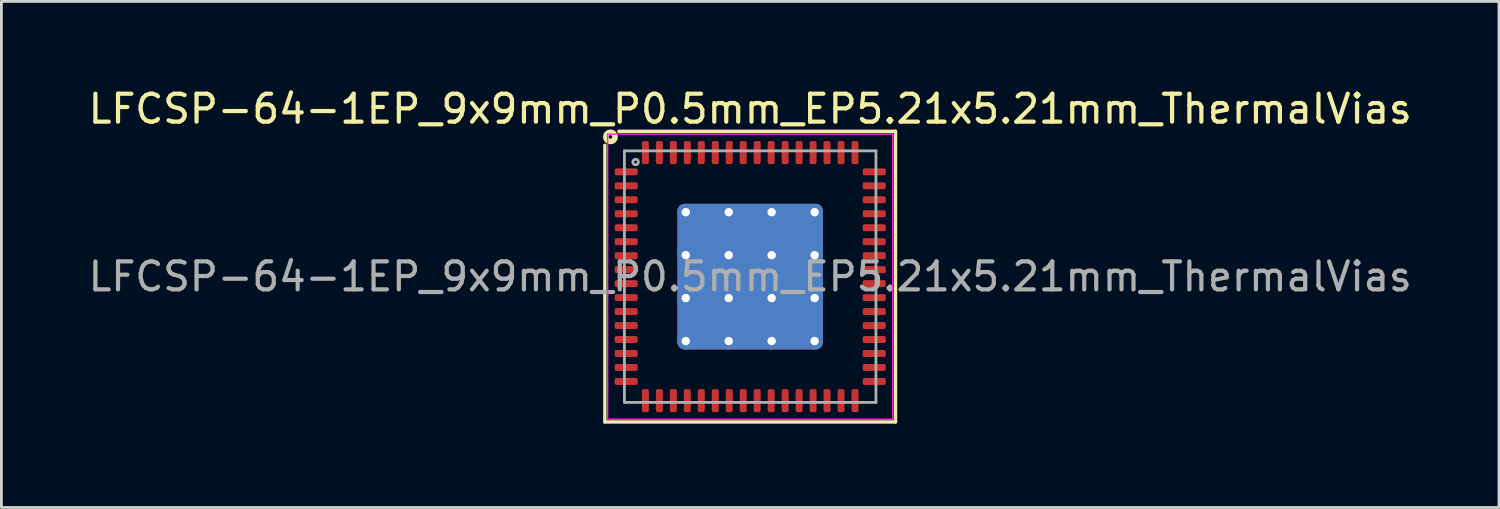
<source format=kicad_pcb>
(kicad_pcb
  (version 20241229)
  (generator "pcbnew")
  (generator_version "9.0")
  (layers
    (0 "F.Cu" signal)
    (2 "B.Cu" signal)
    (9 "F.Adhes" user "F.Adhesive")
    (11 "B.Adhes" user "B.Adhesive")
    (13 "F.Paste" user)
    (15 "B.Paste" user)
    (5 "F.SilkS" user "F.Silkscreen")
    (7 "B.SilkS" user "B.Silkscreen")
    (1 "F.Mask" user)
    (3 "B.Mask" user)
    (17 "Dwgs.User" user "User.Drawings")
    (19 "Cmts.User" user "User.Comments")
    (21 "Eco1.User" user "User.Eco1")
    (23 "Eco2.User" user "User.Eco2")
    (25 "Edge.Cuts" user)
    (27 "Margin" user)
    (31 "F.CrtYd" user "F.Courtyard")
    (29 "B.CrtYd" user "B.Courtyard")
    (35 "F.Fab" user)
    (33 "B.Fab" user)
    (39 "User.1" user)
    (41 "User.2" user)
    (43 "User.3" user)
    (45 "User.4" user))
  (footprint "LFCSP-64-1EP_9x9mm_P0.5mm_EP5.21x5.21mm_ThermalVias"
    (layer "F.Cu")
    (at 23.792 6.848)
    (property "Reference" "LFCSP-64-1EP_9x9mm_P0.5mm_EP5.21x5.21mm_ThermalVias" (at 0 -6 0) (layer "F.SilkS") (effects (font (size 1 1) (thickness 0.15))))
    (attr smd)
    (fp_line (start -5.2 5.2) (end -5.2 -4.7) (stroke (width 0.12) (type solid)) (layer "F.SilkS"))
    (fp_line (start 5.2 -5.2) (end -4.7 -5.2) (stroke (width 0.12) (type solid)) (layer "F.SilkS"))
    (fp_line (start 5.2 -5.2) (end 5.2 5.2) (stroke (width 0.12) (type solid)) (layer "F.SilkS"))
    (fp_line (start 5.2 5.2) (end -5.2 5.2) (stroke (width 0.12) (type solid)) (layer "F.SilkS"))
    (fp_circle (center -5 -5) (end -4.936 -5) (stroke (width 0.2) (type solid)) (fill no) (layer "F.SilkS"))
    (fp_line (start -5.1 -5.1) (end -5.1 5.1) (stroke (width 0.05) (type solid)) (layer "F.CrtYd"))
    (fp_line (start -5.1 5.1) (end 5.1 5.1) (stroke (width 0.05) (type solid)) (layer "F.CrtYd"))
    (fp_line (start 5.1 -5.1) (end -5.1 -5.1) (stroke (width 0.05) (type solid)) (layer "F.CrtYd"))
    (fp_line (start 5.1 5.1) (end 5.1 -5.1) (stroke (width 0.05) (type solid)) (layer "F.CrtYd"))
    (fp_line (start -4.5 -4.5) (end 4.5 -4.5) (stroke (width 0.1) (type solid)) (layer "F.Fab"))
    (fp_line (start -4.5 4.5) (end -4.5 -4.5) (stroke (width 0.1) (type solid)) (layer "F.Fab"))
    (fp_line (start 4.5 -4.5) (end 4.5 4.5) (stroke (width 0.1) (type solid)) (layer "F.Fab"))
    (fp_line (start 4.5 4.5) (end -4.5 4.5) (stroke (width 0.1) (type solid)) (layer "F.Fab"))
    (fp_circle (center -4.1 -4.1) (end -4 -4.1) (stroke (width 0.1) (type solid)) (fill no) (layer "F.Fab"))
    (fp_text user "${REFERENCE}" (at 0 0 0) (layer "F.Fab") (effects (font (size 1 1) (thickness 0.15))))
    (pad "" smd roundrect (at -1.3 -1.3) (size 2.26 2.26) (layers "F.Paste") (roundrect_rratio 0.111))
    (pad "" smd roundrect (at -1.3 1.3) (size 2.26 2.26) (layers "F.Paste") (roundrect_rratio 0.111))
    (pad "" smd roundrect (at 1.3 -1.3) (size 2.26 2.26) (layers "F.Paste") (roundrect_rratio 0.111))
    (pad "" smd roundrect (at 1.3 1.3) (size 2.26 2.26) (layers "F.Paste") (roundrect_rratio 0.111))
    (pad "1" smd roundrect (at -4.438 -3.75) (size 0.825 0.25) (layers "F.Cu" "F.Mask" "F.Paste") (roundrect_rratio 0.25))
    (pad "2" smd roundrect (at -4.438 -3.25) (size 0.825 0.25) (layers "F.Cu" "F.Mask" "F.Paste") (roundrect_rratio 0.25))
    (pad "3" smd roundrect (at -4.438 -2.75) (size 0.825 0.25) (layers "F.Cu" "F.Mask" "F.Paste") (roundrect_rratio 0.25))
    (pad "4" smd roundrect (at -4.438 -2.25) (size 0.825 0.25) (layers "F.Cu" "F.Mask" "F.Paste") (roundrect_rratio 0.25))
    (pad "5" smd roundrect (at -4.438 -1.75) (size 0.825 0.25) (layers "F.Cu" "F.Mask" "F.Paste") (roundrect_rratio 0.25))
    (pad "6" smd roundrect (at -4.438 -1.25) (size 0.825 0.25) (layers "F.Cu" "F.Mask" "F.Paste") (roundrect_rratio 0.25))
    (pad "7" smd roundrect (at -4.438 -0.75) (size 0.825 0.25) (layers "F.Cu" "F.Mask" "F.Paste") (roundrect_rratio 0.25))
    (pad "8" smd roundrect (at -4.438 -0.25) (size 0.825 0.25) (layers "F.Cu" "F.Mask" "F.Paste") (roundrect_rratio 0.25))
    (pad "9" smd roundrect (at -4.438 0.25) (size 0.825 0.25) (layers "F.Cu" "F.Mask" "F.Paste") (roundrect_rratio 0.25))
    (pad "10" smd roundrect (at -4.438 0.75) (size 0.825 0.25) (layers "F.Cu" "F.Mask" "F.Paste") (roundrect_rratio 0.25))
    (pad "11" smd roundrect (at -4.438 1.25) (size 0.825 0.25) (layers "F.Cu" "F.Mask" "F.Paste") (roundrect_rratio 0.25))
    (pad "12" smd roundrect (at -4.438 1.75) (size 0.825 0.25) (layers "F.Cu" "F.Mask" "F.Paste") (roundrect_rratio 0.25))
    (pad "13" smd roundrect (at -4.438 2.25) (size 0.825 0.25) (layers "F.Cu" "F.Mask" "F.Paste") (roundrect_rratio 0.25))
    (pad "14" smd roundrect (at -4.438 2.75) (size 0.825 0.25) (layers "F.Cu" "F.Mask" "F.Paste") (roundrect_rratio 0.25))
    (pad "15" smd roundrect (at -4.438 3.25) (size 0.825 0.25) (layers "F.Cu" "F.Mask" "F.Paste") (roundrect_rratio 0.25))
    (pad "16" smd roundrect (at -4.438 3.75) (size 0.825 0.25) (layers "F.Cu" "F.Mask" "F.Paste") (roundrect_rratio 0.25))
    (pad "17" smd roundrect (at -3.75 4.438) (size 0.25 0.825) (layers "F.Cu" "F.Mask" "F.Paste") (roundrect_rratio 0.25))
    (pad "18" smd roundrect (at -3.25 4.438) (size 0.25 0.825) (layers "F.Cu" "F.Mask" "F.Paste") (roundrect_rratio 0.25))
    (pad "19" smd roundrect (at -2.75 4.438) (size 0.25 0.825) (layers "F.Cu" "F.Mask" "F.Paste") (roundrect_rratio 0.25))
    (pad "20" smd roundrect (at -2.25 4.438) (size 0.25 0.825) (layers "F.Cu" "F.Mask" "F.Paste") (roundrect_rratio 0.25))
    (pad "21" smd roundrect (at -1.75 4.438) (size 0.25 0.825) (layers "F.Cu" "F.Mask" "F.Paste") (roundrect_rratio 0.25))
    (pad "22" smd roundrect (at -1.25 4.438) (size 0.25 0.825) (layers "F.Cu" "F.Mask" "F.Paste") (roundrect_rratio 0.25))
    (pad "23" smd roundrect (at -0.75 4.438) (size 0.25 0.825) (layers "F.Cu" "F.Mask" "F.Paste") (roundrect_rratio 0.25))
    (pad "24" smd roundrect (at -0.25 4.438) (size 0.25 0.825) (layers "F.Cu" "F.Mask" "F.Paste") (roundrect_rratio 0.25))
    (pad "25" smd roundrect (at 0.25 4.438) (size 0.25 0.825) (layers "F.Cu" "F.Mask" "F.Paste") (roundrect_rratio 0.25))
    (pad "26" smd roundrect (at 0.75 4.438) (size 0.25 0.825) (layers "F.Cu" "F.Mask" "F.Paste") (roundrect_rratio 0.25))
    (pad "27" smd roundrect (at 1.25 4.438) (size 0.25 0.825) (layers "F.Cu" "F.Mask" "F.Paste") (roundrect_rratio 0.25))
    (pad "28" smd roundrect (at 1.75 4.438) (size 0.25 0.825) (layers "F.Cu" "F.Mask" "F.Paste") (roundrect_rratio 0.25))
    (pad "29" smd roundrect (at 2.25 4.438) (size 0.25 0.825) (layers "F.Cu" "F.Mask" "F.Paste") (roundrect_rratio 0.25))
    (pad "30" smd roundrect (at 2.75 4.438) (size 0.25 0.825) (layers "F.Cu" "F.Mask" "F.Paste") (roundrect_rratio 0.25))
    (pad "31" smd roundrect (at 3.25 4.438) (size 0.25 0.825) (layers "F.Cu" "F.Mask" "F.Paste") (roundrect_rratio 0.25))
    (pad "32" smd roundrect (at 3.75 4.438) (size 0.25 0.825) (layers "F.Cu" "F.Mask" "F.Paste") (roundrect_rratio 0.25))
    (pad "33" smd roundrect (at 4.438 3.75) (size 0.825 0.25) (layers "F.Cu" "F.Mask" "F.Paste") (roundrect_rratio 0.25))
    (pad "34" smd roundrect (at 4.438 3.25) (size 0.825 0.25) (layers "F.Cu" "F.Mask" "F.Paste") (roundrect_rratio 0.25))
    (pad "35" smd roundrect (at 4.438 2.75) (size 0.825 0.25) (layers "F.Cu" "F.Mask" "F.Paste") (roundrect_rratio 0.25))
    (pad "36" smd roundrect (at 4.438 2.25) (size 0.825 0.25) (layers "F.Cu" "F.Mask" "F.Paste") (roundrect_rratio 0.25))
    (pad "37" smd roundrect (at 4.438 1.75) (size 0.825 0.25) (layers "F.Cu" "F.Mask" "F.Paste") (roundrect_rratio 0.25))
    (pad "38" smd roundrect (at 4.438 1.25) (size 0.825 0.25) (layers "F.Cu" "F.Mask" "F.Paste") (roundrect_rratio 0.25))
    (pad "39" smd roundrect (at 4.438 0.75) (size 0.825 0.25) (layers "F.Cu" "F.Mask" "F.Paste") (roundrect_rratio 0.25))
    (pad "40" smd roundrect (at 4.438 0.25) (size 0.825 0.25) (layers "F.Cu" "F.Mask" "F.Paste") (roundrect_rratio 0.25))
    (pad "41" smd roundrect (at 4.438 -0.25) (size 0.825 0.25) (layers "F.Cu" "F.Mask" "F.Paste") (roundrect_rratio 0.25))
    (pad "42" smd roundrect (at 4.438 -0.75) (size 0.825 0.25) (layers "F.Cu" "F.Mask" "F.Paste") (roundrect_rratio 0.25))
    (pad "43" smd roundrect (at 4.438 -1.25) (size 0.825 0.25) (layers "F.Cu" "F.Mask" "F.Paste") (roundrect_rratio 0.25))
    (pad "44" smd roundrect (at 4.438 -1.75) (size 0.825 0.25) (layers "F.Cu" "F.Mask" "F.Paste") (roundrect_rratio 0.25))
    (pad "45" smd roundrect (at 4.438 -2.25) (size 0.825 0.25) (layers "F.Cu" "F.Mask" "F.Paste") (roundrect_rratio 0.25))
    (pad "46" smd roundrect (at 4.438 -2.75) (size 0.825 0.25) (layers "F.Cu" "F.Mask" "F.Paste") (roundrect_rratio 0.25))
    (pad "47" smd roundrect (at 4.438 -3.25) (size 0.825 0.25) (layers "F.Cu" "F.Mask" "F.Paste") (roundrect_rratio 0.25))
    (pad "48" smd roundrect (at 4.438 -3.75) (size 0.825 0.25) (layers "F.Cu" "F.Mask" "F.Paste") (roundrect_rratio 0.25))
    (pad "49" smd roundrect (at 3.75 -4.438) (size 0.25 0.825) (layers "F.Cu" "F.Mask" "F.Paste") (roundrect_rratio 0.25))
    (pad "50" smd roundrect (at 3.25 -4.438) (size 0.25 0.825) (layers "F.Cu" "F.Mask" "F.Paste") (roundrect_rratio 0.25))
    (pad "51" smd roundrect (at 2.75 -4.438) (size 0.25 0.825) (layers "F.Cu" "F.Mask" "F.Paste") (roundrect_rratio 0.25))
    (pad "52" smd roundrect (at 2.25 -4.438) (size 0.25 0.825) (layers "F.Cu" "F.Mask" "F.Paste") (roundrect_rratio 0.25))
    (pad "53" smd roundrect (at 1.75 -4.438) (size 0.25 0.825) (layers "F.Cu" "F.Mask" "F.Paste") (roundrect_rratio 0.25))
    (pad "54" smd roundrect (at 1.25 -4.438) (size 0.25 0.825) (layers "F.Cu" "F.Mask" "F.Paste") (roundrect_rratio 0.25))
    (pad "55" smd roundrect (at 0.75 -4.438) (size 0.25 0.825) (layers "F.Cu" "F.Mask" "F.Paste") (roundrect_rratio 0.25))
    (pad "56" smd roundrect (at 0.25 -4.438) (size 0.25 0.825) (layers "F.Cu" "F.Mask" "F.Paste") (roundrect_rratio 0.25))
    (pad "57" smd roundrect (at -0.25 -4.438) (size 0.25 0.825) (layers "F.Cu" "F.Mask" "F.Paste") (roundrect_rratio 0.25))
    (pad "58" smd roundrect (at -0.75 -4.438) (size 0.25 0.825) (layers "F.Cu" "F.Mask" "F.Paste") (roundrect_rratio 0.25))
    (pad "59" smd roundrect (at -1.25 -4.438) (size 0.25 0.825) (layers "F.Cu" "F.Mask" "F.Paste") (roundrect_rratio 0.25))
    (pad "60" smd roundrect (at -1.75 -4.438) (size 0.25 0.825) (layers "F.Cu" "F.Mask" "F.Paste") (roundrect_rratio 0.25))
    (pad "61" smd roundrect (at -2.25 -4.438) (size 0.25 0.825) (layers "F.Cu" "F.Mask" "F.Paste") (roundrect_rratio 0.25))
    (pad "62" smd roundrect (at -2.75 -4.438) (size 0.25 0.825) (layers "F.Cu" "F.Mask" "F.Paste") (roundrect_rratio 0.25))
    (pad "63" smd roundrect (at -3.25 -4.438) (size 0.25 0.825) (layers "F.Cu" "F.Mask" "F.Paste") (roundrect_rratio 0.25))
    (pad "64" smd roundrect (at -3.75 -4.438) (size 0.25 0.825) (layers "F.Cu" "F.Mask" "F.Paste") (roundrect_rratio 0.25))
    (pad "65" thru_hole circle (at -2.305 -2.305) (size 0.6 0.6) (drill 0.3) (property pad_prop_heatsink) (layers "*.Cu"))
    (pad "65" thru_hole circle (at -2.305 -0.768) (size 0.6 0.6) (drill 0.3) (property pad_prop_heatsink) (layers "*.Cu"))
    (pad "65" thru_hole circle (at -2.305 0.768) (size 0.6 0.6) (drill 0.3) (property pad_prop_heatsink) (layers "*.Cu"))
    (pad "65" thru_hole circle (at -2.305 2.305) (size 0.6 0.6) (drill 0.3) (property pad_prop_heatsink) (layers "*.Cu"))
    (pad "65" thru_hole circle (at -0.768 -2.305) (size 0.6 0.6) (drill 0.3) (property pad_prop_heatsink) (layers "*.Cu"))
    (pad "65" thru_hole circle (at -0.768 -0.768) (size 0.6 0.6) (drill 0.3) (property pad_prop_heatsink) (layers "*.Cu"))
    (pad "65" thru_hole circle (at -0.768 0.768) (size 0.6 0.6) (drill 0.3) (property pad_prop_heatsink) (layers "*.Cu"))
    (pad "65" thru_hole circle (at -0.768 2.305) (size 0.6 0.6) (drill 0.3) (property pad_prop_heatsink) (layers "*.Cu"))
    (pad "65" smd roundrect (at 0 0) (size 5.21 5.21) (layers "F.Cu" "F.Mask") (roundrect_rratio 0.048))
    (pad "65" smd roundrect (at 0 0) (size 5.21 5.21) (layers "B.Cu" "B.Mask") (roundrect_rratio 0.048))
    (pad "65" thru_hole circle (at 0.768 -2.305) (size 0.6 0.6) (drill 0.3) (property pad_prop_heatsink) (layers "*.Cu"))
    (pad "65" thru_hole circle (at 0.768 -0.768) (size 0.6 0.6) (drill 0.3) (property pad_prop_heatsink) (layers "*.Cu"))
    (pad "65" thru_hole circle (at 0.768 0.768) (size 0.6 0.6) (drill 0.3) (property pad_prop_heatsink) (layers "*.Cu"))
    (pad "65" thru_hole circle (at 0.768 2.305) (size 0.6 0.6) (drill 0.3) (property pad_prop_heatsink) (layers "*.Cu"))
    (pad "65" thru_hole circle (at 2.305 -2.305) (size 0.6 0.6) (drill 0.3) (property pad_prop_heatsink) (layers "*.Cu"))
    (pad "65" thru_hole circle (at 2.305 -0.768) (size 0.6 0.6) (drill 0.3) (property pad_prop_heatsink) (layers "*.Cu"))
    (pad "65" thru_hole circle (at 2.305 0.768) (size 0.6 0.6) (drill 0.3) (property pad_prop_heatsink) (layers "*.Cu"))
    (pad "65" thru_hole circle (at 2.305 2.305) (size 0.6 0.6) (drill 0.3) (property pad_prop_heatsink) (layers "*.Cu")))
  (gr_rect
    (start -3 -3)
    (end 50.583 15.108)
    (stroke (width 0.1) (type default))
    (fill no)
    (layer "Edge.Cuts")))
</source>
